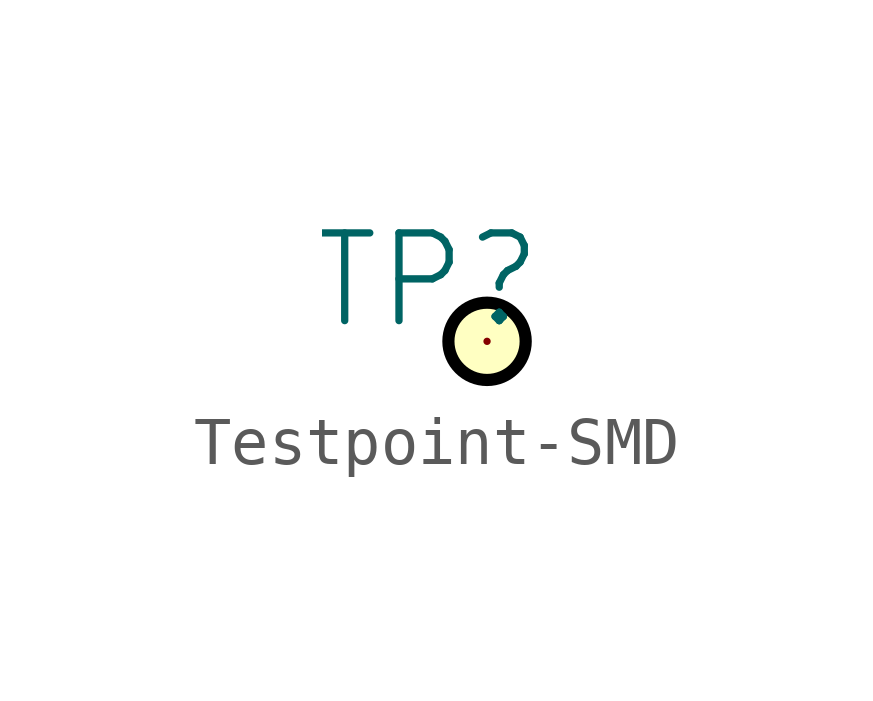
<source format=kicad_sym>
(kicad_symbol_lib
  (version 20231120)
  (generator "kicad_symbol_editor")
  (generator_version "8.0")
  (symbol "Testpoint-SMD"
    (property "Reference" "TP"
      (at -1.27 1.27 0)
      (effects (font (size 1.829 1.829))))
    (symbol "Testpoint-SMD_1_0"
      (circle (center 0 0) (radius 0.806) (stroke (width 0.254) (type solid) (color 0 0 0 1)) (fill (type background)))
      (pin passive line (at 0 0 90) (length 0) (name "TP" (effects (font (size 0 0)))) (number "1" (effects (font (size 0 0))))))))
</source>
